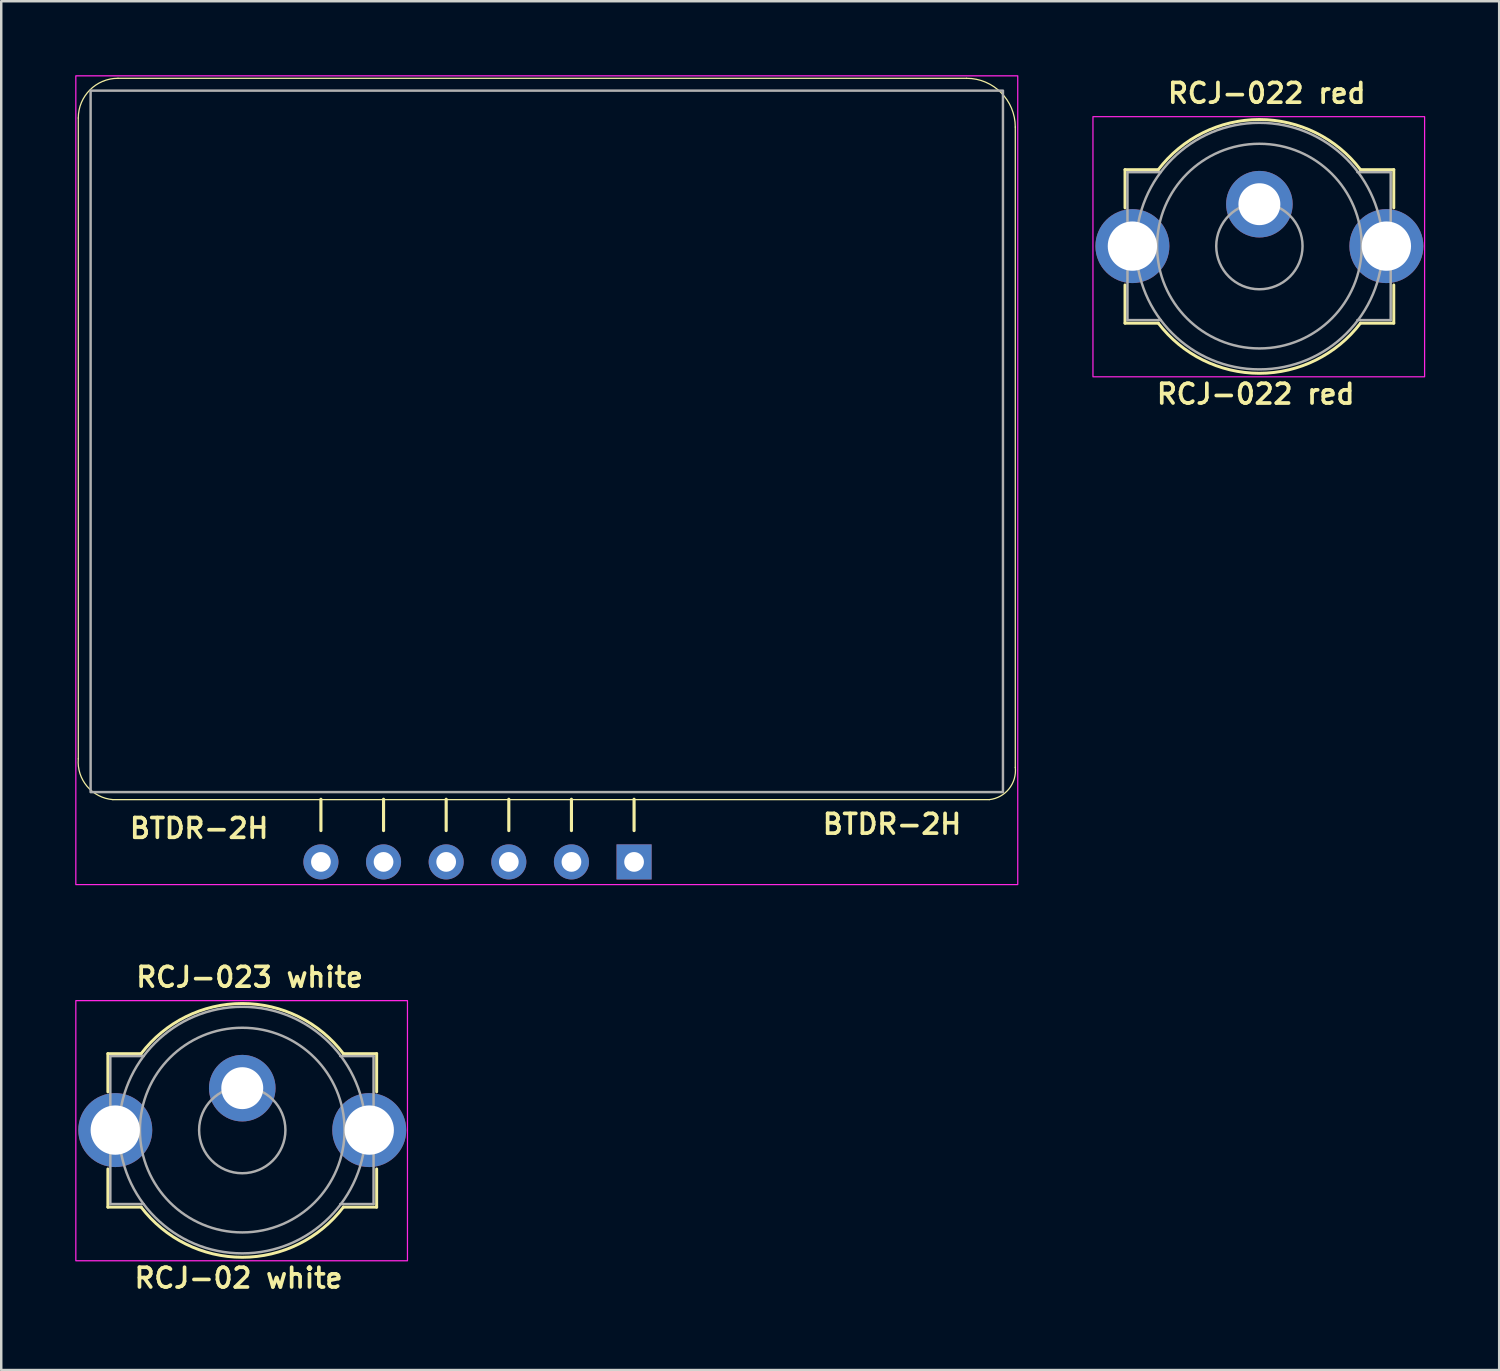
<source format=kicad_pcb>
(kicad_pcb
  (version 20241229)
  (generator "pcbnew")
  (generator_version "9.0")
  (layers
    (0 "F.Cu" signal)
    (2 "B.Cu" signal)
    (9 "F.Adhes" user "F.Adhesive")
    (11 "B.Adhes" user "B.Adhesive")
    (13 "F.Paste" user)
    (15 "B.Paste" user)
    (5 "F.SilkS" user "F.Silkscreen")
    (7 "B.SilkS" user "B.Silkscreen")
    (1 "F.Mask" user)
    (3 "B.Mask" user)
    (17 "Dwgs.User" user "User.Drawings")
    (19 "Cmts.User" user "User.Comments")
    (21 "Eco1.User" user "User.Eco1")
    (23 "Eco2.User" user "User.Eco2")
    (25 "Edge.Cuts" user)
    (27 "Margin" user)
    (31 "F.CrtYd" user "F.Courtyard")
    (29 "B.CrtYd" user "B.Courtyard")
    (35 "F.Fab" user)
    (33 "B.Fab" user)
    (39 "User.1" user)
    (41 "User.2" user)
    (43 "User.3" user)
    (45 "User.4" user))
  (footprint "RCJ-022 red"
    (layer "F.Cu")
    (at 42.875 6.931)
    (property "Reference" "RCJ-022 red" (at 5.45 -6.2 0) (layer "F.SilkS") (effects (font (size 0.8 0.8) (thickness 0.15))))
    (property "Value" "RCJ-022 red" (at 5.4 6.15 0) (layer "F.Fab") (hide yes) (effects (font (size 1 1) (thickness 0.15))))
    (fp_line (start -0.3 -3.1) (end -0.3 -1.55) (stroke (width 0.12) (type solid)) (layer "F.SilkS"))
    (fp_line (start -0.3 3.125) (end -0.3 1.575) (stroke (width 0.12) (type solid)) (layer "F.SilkS"))
    (fp_line (start -0.3 3.125) (end 1.05 3.125) (stroke (width 0.12) (type solid)) (layer "F.SilkS"))
    (fp_line (start 1.05 -3.1) (end -0.3 -3.1) (stroke (width 0.12) (type solid)) (layer "F.SilkS"))
    (fp_line (start 9.25 3.125) (end 10.6 3.125) (stroke (width 0.12) (type solid)) (layer "F.SilkS"))
    (fp_line (start 10.6 -3.1) (end 9.25 -3.1) (stroke (width 0.12) (type solid)) (layer "F.SilkS"))
    (fp_line (start 10.6 -3.1) (end 10.6 -1.55) (stroke (width 0.12) (type solid)) (layer "F.SilkS"))
    (fp_line (start 10.6 3.125) (end 10.6 1.575) (stroke (width 0.12) (type solid)) (layer "F.SilkS"))
    (fp_arc (start 1.05 -3.1) (mid 5.15 -5.132951) (end 9.25 -3.1) (stroke (width 0.12) (type solid)) (layer "F.SilkS"))
    (fp_arc (start 9.25 3.125) (mid 5.15 5.157951) (end 1.05 3.125) (stroke (width 0.12) (type solid)) (layer "F.SilkS"))
    (fp_rect (start -1.6 -5.25) (end 11.85 5.3) (stroke (width 0.05) (type solid)) (fill no) (layer "F.CrtYd"))
    (fp_line (start -0.2 -3) (end -0.2 3) (stroke (width 0.1) (type solid)) (layer "F.Fab"))
    (fp_line (start -0.2 3) (end 1.15 3) (stroke (width 0.1) (type solid)) (layer "F.Fab"))
    (fp_line (start 1.15 -3) (end -0.2 -3) (stroke (width 0.1) (type solid)) (layer "F.Fab"))
    (fp_line (start 9.125 3) (end 10.475 3) (stroke (width 0.1) (type solid)) (layer "F.Fab"))
    (fp_line (start 10.475 -3) (end 9.125 -3) (stroke (width 0.1) (type solid)) (layer "F.Fab"))
    (fp_line (start 10.475 3) (end 10.475 -3) (stroke (width 0.1) (type solid)) (layer "F.Fab"))
    (fp_circle (center 5.15 0) (end 5.15 1.75) (stroke (width 0.1) (type solid)) (fill no) (layer "F.Fab"))
    (fp_circle (center 5.15 0) (end 5.15 4.15) (stroke (width 0.1) (type solid)) (fill no) (layer "F.Fab"))
    (fp_circle (center 5.15 0) (end 5.15 5) (stroke (width 0.1) (type solid)) (fill no) (layer "F.Fab"))
    (fp_text user "${VALUE}" (at 5 6 0) (layer "F.SilkS") (effects (font (size 0.8 0.8) (thickness 0.15))))
    (pad "S" thru_hole circle (at 0 0) (size 3 3) (drill 2) (layers "*.Cu" "*.Mask"))
    (pad "S" thru_hole circle (at 10.3 0) (size 3 3) (drill 2) (layers "*.Cu" "*.Mask"))
    (pad "T" thru_hole circle (at 5.15 -1.7) (size 2.7 2.7) (drill 1.7) (layers "*.Cu" "*.Mask")))
  (footprint "BTDR-2H"
    (layer "F.Cu")
    (at 22.665 31.905)
    (property "Reference" "BTDR-2H" (at -14.74 -1.83 0) (layer "F.SilkS") (effects (font (size 0.8 0.8) (thickness 0.15)) (justify right top)))
    (property "Value" "BTDR-2H" (at 0 0 0) (layer "F.Fab") (hide yes) (effects (font (size 1.27 1.27) (thickness 0.15)) (justify right top)))
    (attr through_hole)
    (fp_line (start -22.54 -4.181) (end -22.54 -30.17) (stroke (width 0.051) (type solid)) (layer "F.SilkS"))
    (fp_line (start -20.93 -31.78) (end 13.483 -31.78) (stroke (width 0.051) (type solid)) (layer "F.SilkS"))
    (fp_line (start -12.7 -2.54) (end -12.7 -1.27) (stroke (width 0.127) (type solid)) (layer "F.SilkS"))
    (fp_line (start -10.16 -2.54) (end -10.16 -1.27) (stroke (width 0.127) (type solid)) (layer "F.SilkS"))
    (fp_line (start -7.62 -2.54) (end -7.62 -1.27) (stroke (width 0.127) (type solid)) (layer "F.SilkS"))
    (fp_line (start -5.08 -2.54) (end -5.08 -1.27) (stroke (width 0.127) (type solid)) (layer "F.SilkS"))
    (fp_line (start -2.54 -2.54) (end -2.54 -1.27) (stroke (width 0.127) (type solid)) (layer "F.SilkS"))
    (fp_line (start 0 -2.54) (end 0 -1.27) (stroke (width 0.127) (type solid)) (layer "F.SilkS"))
    (fp_line (start 14.407 -2.526) (end -21.139 -2.526) (stroke (width 0.051) (type solid)) (layer "F.SilkS"))
    (fp_line (start 15.46 -29.803) (end 15.46 -3.833) (stroke (width 0.051) (type solid)) (layer "F.SilkS"))
    (fp_arc (start -22.54 -30.169878) (mid -22.068406 -31.308406) (end -20.929878 -31.78) (stroke (width 0.0508) (type solid)) (layer "F.SilkS"))
    (fp_arc (start -21.138787 -2.526) (mid -22.1822 -3.063407) (end -22.54 -4.181215) (stroke (width 0.0508) (type solid)) (layer "F.SilkS"))
    (fp_arc (start 13.482603 -31.78) (mid 14.880834 -31.200832) (end 15.46 -29.802601) (stroke (width 0.0508) (type solid)) (layer "F.SilkS"))
    (fp_arc (start 15.46 -3.833232) (mid 15.204133 -2.961473) (end 14.406768 -2.526) (stroke (width 0.0508) (type solid)) (layer "F.SilkS"))
    (fp_rect (start -22.64 -31.88) (end 15.56 0.92) (stroke (width 0.05) (type solid)) (fill no) (layer "F.CrtYd"))
    (fp_rect (start -22.04 -31.28) (end 14.96 -2.83) (stroke (width 0.1) (type solid)) (fill no) (layer "F.Fab"))
    (fp_text user "${VALUE}" (at 10.46 -1.53 0) (layer "F.SilkS") (effects (font (size 0.8 0.8) (thickness 0.15))))
    (pad "1" thru_hole rect (at 0 0 270) (size 1.422 1.422) (drill 0.8) (layers "*.Cu" "*.Mask"))
    (pad "2" thru_hole circle (at -2.54 0 270) (size 1.422 1.422) (drill 0.8) (layers "*.Cu" "*.Mask"))
    (pad "3" thru_hole circle (at -5.08 0 270) (size 1.422 1.422) (drill 0.8) (layers "*.Cu" "*.Mask"))
    (pad "4" thru_hole circle (at -7.62 0 270) (size 1.422 1.422) (drill 0.8) (layers "*.Cu" "*.Mask"))
    (pad "5" thru_hole circle (at -10.16 0 270) (size 1.422 1.422) (drill 0.8) (layers "*.Cu" "*.Mask"))
    (pad "6" thru_hole circle (at -12.7 0 270) (size 1.422 1.422) (drill 0.8) (layers "*.Cu" "*.Mask")))
  (footprint "RCJ-023 white"
    (layer "F.Cu")
    (at 1.625 42.781)
    (property "Reference" "RCJ-023 white" (at 5.45 -6.2 0) (layer "F.SilkS") (effects (font (size 0.8 0.8) (thickness 0.15))))
    (property "Value" "RCJ-02 white" (at 5.4 6.15 0) (layer "F.Fab") (hide yes) (effects (font (size 1 1) (thickness 0.15))))
    (attr through_hole)
    (fp_line (start -0.3 -3.1) (end -0.3 -1.55) (stroke (width 0.12) (type solid)) (layer "F.SilkS"))
    (fp_line (start -0.3 3.125) (end -0.3 1.575) (stroke (width 0.12) (type solid)) (layer "F.SilkS"))
    (fp_line (start -0.3 3.125) (end 1.05 3.125) (stroke (width 0.12) (type solid)) (layer "F.SilkS"))
    (fp_line (start 1.05 -3.1) (end -0.3 -3.1) (stroke (width 0.12) (type solid)) (layer "F.SilkS"))
    (fp_line (start 9.25 3.125) (end 10.6 3.125) (stroke (width 0.12) (type solid)) (layer "F.SilkS"))
    (fp_line (start 10.6 -3.1) (end 9.25 -3.1) (stroke (width 0.12) (type solid)) (layer "F.SilkS"))
    (fp_line (start 10.6 -3.1) (end 10.6 -1.55) (stroke (width 0.12) (type solid)) (layer "F.SilkS"))
    (fp_line (start 10.6 3.125) (end 10.6 1.575) (stroke (width 0.12) (type solid)) (layer "F.SilkS"))
    (fp_arc (start 1.05 -3.1) (mid 5.15 -5.132951) (end 9.25 -3.1) (stroke (width 0.12) (type solid)) (layer "F.SilkS"))
    (fp_arc (start 9.25 3.125) (mid 5.15 5.157951) (end 1.05 3.125) (stroke (width 0.12) (type solid)) (layer "F.SilkS"))
    (fp_rect (start -1.6 -5.25) (end 11.85 5.3) (stroke (width 0.05) (type solid)) (fill no) (layer "F.CrtYd"))
    (fp_line (start -0.2 -3) (end -0.2 3) (stroke (width 0.1) (type solid)) (layer "F.Fab"))
    (fp_line (start -0.2 3) (end 1.15 3) (stroke (width 0.1) (type solid)) (layer "F.Fab"))
    (fp_line (start 1.15 -3) (end -0.2 -3) (stroke (width 0.1) (type solid)) (layer "F.Fab"))
    (fp_line (start 9.125 3) (end 10.475 3) (stroke (width 0.1) (type solid)) (layer "F.Fab"))
    (fp_line (start 10.475 -3) (end 9.125 -3) (stroke (width 0.1) (type solid)) (layer "F.Fab"))
    (fp_line (start 10.475 3) (end 10.475 -3) (stroke (width 0.1) (type solid)) (layer "F.Fab"))
    (fp_circle (center 5.15 0) (end 5.15 1.75) (stroke (width 0.1) (type solid)) (fill no) (layer "F.Fab"))
    (fp_circle (center 5.15 0) (end 5.15 4.15) (stroke (width 0.1) (type solid)) (fill no) (layer "F.Fab"))
    (fp_circle (center 5.15 0) (end 5.15 5) (stroke (width 0.1) (type solid)) (fill no) (layer "F.Fab"))
    (fp_text user "${VALUE}" (at 5 6 0) (layer "F.SilkS") (effects (font (size 0.8 0.8) (thickness 0.15))))
    (pad "S" thru_hole circle (at 0 0) (size 3 3) (drill 2) (layers "*.Cu" "*.Mask"))
    (pad "S" thru_hole circle (at 10.3 0) (size 3 3) (drill 2) (layers "*.Cu" "*.Mask"))
    (pad "T" thru_hole circle (at 5.15 -1.7) (size 2.7 2.7) (drill 1.7) (layers "*.Cu" "*.Mask")))
  (gr_rect
    (start -3 -3)
    (end 57.75 52.513)
    (stroke (width 0.1) (type default))
    (fill no)
    (layer "Edge.Cuts")))
</source>
